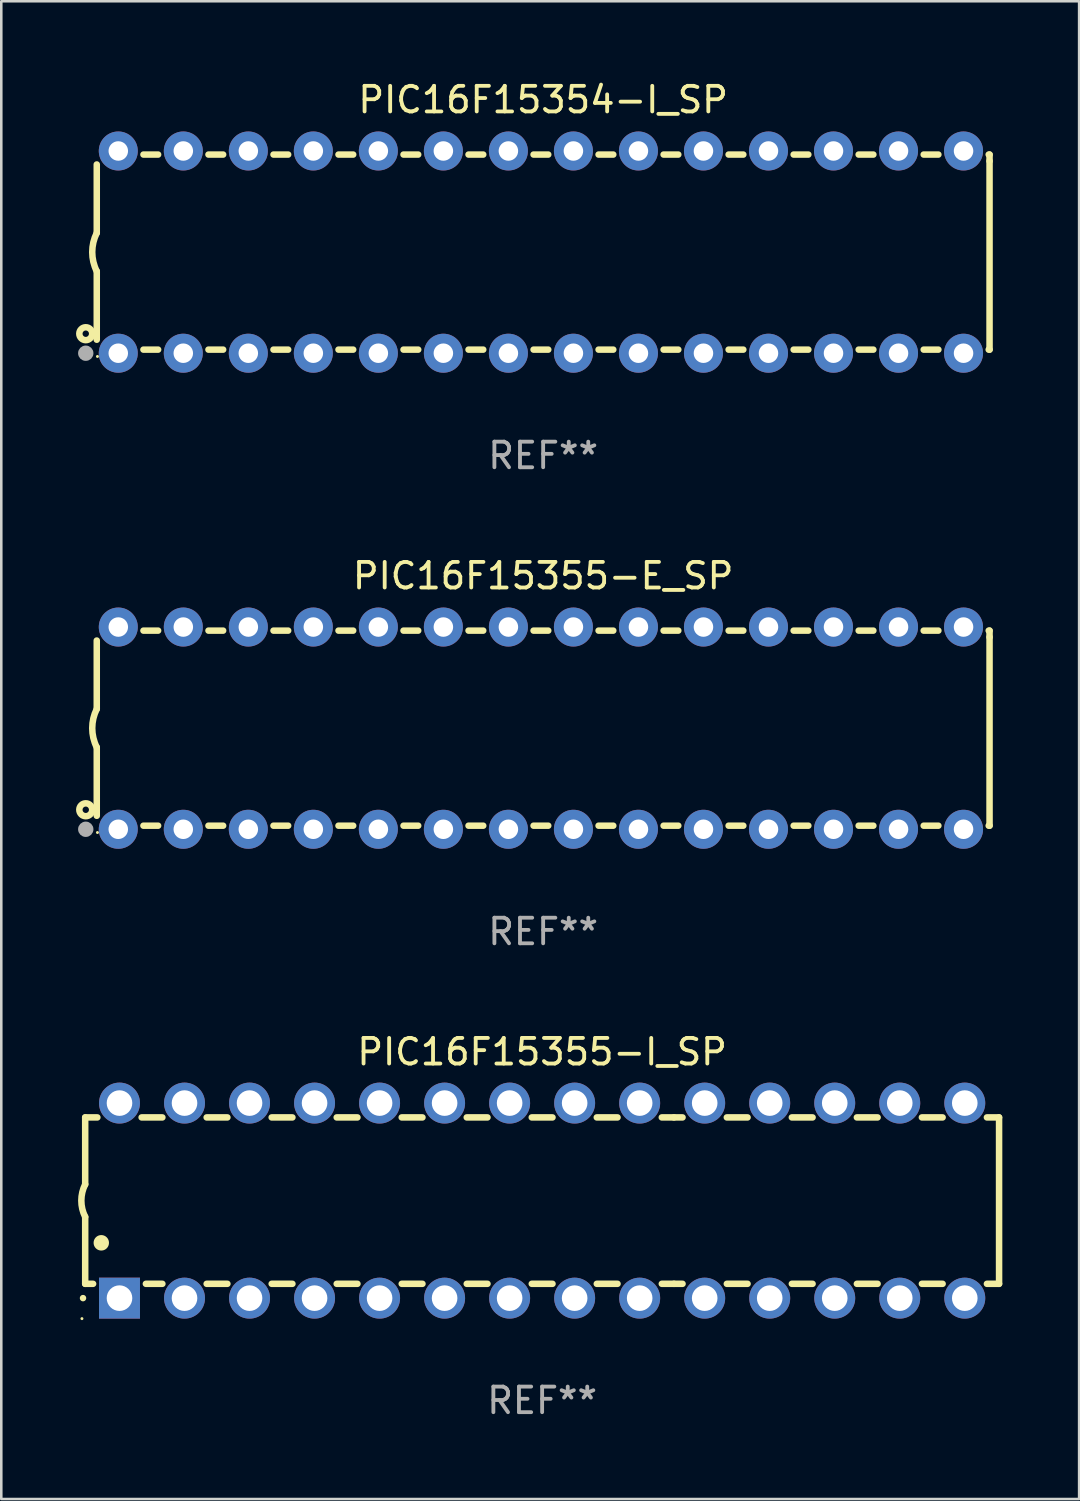
<source format=kicad_pcb>
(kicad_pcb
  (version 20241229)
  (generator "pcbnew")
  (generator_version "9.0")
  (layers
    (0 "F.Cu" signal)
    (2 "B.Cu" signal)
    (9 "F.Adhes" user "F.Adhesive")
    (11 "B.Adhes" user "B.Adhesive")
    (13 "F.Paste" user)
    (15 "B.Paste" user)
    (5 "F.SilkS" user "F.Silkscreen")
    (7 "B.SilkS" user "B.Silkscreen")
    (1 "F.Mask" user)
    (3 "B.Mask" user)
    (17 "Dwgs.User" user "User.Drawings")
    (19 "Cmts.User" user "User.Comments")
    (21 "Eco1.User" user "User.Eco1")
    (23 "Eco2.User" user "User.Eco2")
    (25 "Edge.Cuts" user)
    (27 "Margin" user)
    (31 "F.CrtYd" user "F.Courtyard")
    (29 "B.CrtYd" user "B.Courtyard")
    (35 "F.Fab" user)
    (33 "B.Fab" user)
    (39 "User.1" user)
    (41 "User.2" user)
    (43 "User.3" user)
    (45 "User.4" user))
  (footprint "PIC16F15354-I_SP"
    (layer "F.Cu")
    (at 18.168 6.798)
    (property "Reference" "PIC16F15354-I_SP" (at 0 -5.95 0) (layer "F.SilkS") (effects (font (size 1 1) (thickness 0.15))))
    (attr through_hole)
    (fp_line (start -17.438 0.75) (end -17.438 3.423) (stroke (width 0.254) (type solid)) (layer "F.SilkS"))
    (fp_line (start -17.438 -3.423) (end -17.438 -0.75) (stroke (width 0.254) (type solid)) (layer "F.SilkS"))
    (fp_line (start -15.615 3.81) (end -15.041 3.81) (stroke (width 0.254) (type solid)) (layer "F.SilkS"))
    (fp_line (start -15.041 -3.81) (end -15.614 -3.81) (stroke (width 0.254) (type solid)) (layer "F.SilkS"))
    (fp_line (start -13.075 3.81) (end -12.501 3.81) (stroke (width 0.254) (type solid)) (layer "F.SilkS"))
    (fp_line (start -12.501 -3.81) (end -13.074 -3.81) (stroke (width 0.254) (type solid)) (layer "F.SilkS"))
    (fp_line (start -10.535 3.81) (end -9.961 3.81) (stroke (width 0.254) (type solid)) (layer "F.SilkS"))
    (fp_line (start -9.961 -3.81) (end -10.534 -3.81) (stroke (width 0.254) (type solid)) (layer "F.SilkS"))
    (fp_line (start -7.995 3.81) (end -7.421 3.81) (stroke (width 0.254) (type solid)) (layer "F.SilkS"))
    (fp_line (start -7.421 -3.81) (end -7.995 -3.81) (stroke (width 0.254) (type solid)) (layer "F.SilkS"))
    (fp_line (start -5.455 3.81) (end -4.881 3.81) (stroke (width 0.254) (type solid)) (layer "F.SilkS"))
    (fp_line (start -4.881 -3.81) (end -5.455 -3.81) (stroke (width 0.254) (type solid)) (layer "F.SilkS"))
    (fp_line (start -2.915 3.81) (end -2.341 3.81) (stroke (width 0.254) (type solid)) (layer "F.SilkS"))
    (fp_line (start -2.341 -3.81) (end -2.915 -3.81) (stroke (width 0.254) (type solid)) (layer "F.SilkS"))
    (fp_line (start -0.375 3.81) (end 0.199 3.81) (stroke (width 0.254) (type solid)) (layer "F.SilkS"))
    (fp_line (start 0.199 -3.81) (end -0.375 -3.81) (stroke (width 0.254) (type solid)) (layer "F.SilkS"))
    (fp_line (start 2.165 3.81) (end 2.739 3.81) (stroke (width 0.254) (type solid)) (layer "F.SilkS"))
    (fp_line (start 2.739 -3.81) (end 2.165 -3.81) (stroke (width 0.254) (type solid)) (layer "F.SilkS"))
    (fp_line (start 4.705 3.81) (end 5.279 3.81) (stroke (width 0.254) (type solid)) (layer "F.SilkS"))
    (fp_line (start 5.279 -3.81) (end 4.705 -3.81) (stroke (width 0.254) (type solid)) (layer "F.SilkS"))
    (fp_line (start 7.245 3.81) (end 7.819 3.81) (stroke (width 0.254) (type solid)) (layer "F.SilkS"))
    (fp_line (start 7.819 -3.81) (end 7.245 -3.81) (stroke (width 0.254) (type solid)) (layer "F.SilkS"))
    (fp_line (start 9.785 3.81) (end 10.359 3.81) (stroke (width 0.254) (type solid)) (layer "F.SilkS"))
    (fp_line (start 10.359 -3.81) (end 9.785 -3.81) (stroke (width 0.254) (type solid)) (layer "F.SilkS"))
    (fp_line (start 12.325 3.81) (end 12.899 3.81) (stroke (width 0.254) (type solid)) (layer "F.SilkS"))
    (fp_line (start 12.899 -3.81) (end 12.325 -3.81) (stroke (width 0.254) (type solid)) (layer "F.SilkS"))
    (fp_line (start 14.865 3.81) (end 15.439 3.81) (stroke (width 0.254) (type solid)) (layer "F.SilkS"))
    (fp_line (start 15.439 -3.81) (end 14.865 -3.81) (stroke (width 0.254) (type solid)) (layer "F.SilkS"))
    (fp_line (start 17.405 3.81) (end 17.438 3.81) (stroke (width 0.254) (type solid)) (layer "F.SilkS"))
    (fp_line (start 17.438 -3.81) (end 17.405 -3.81) (stroke (width 0.254) (type solid)) (layer "F.SilkS"))
    (fp_line (start 17.438 -3.556) (end 17.438 -3.81) (stroke (width 0.254) (type solid)) (layer "F.SilkS"))
    (fp_line (start 17.438 3.81) (end 17.438 -3.556) (stroke (width 0.254) (type solid)) (layer "F.SilkS"))
    (fp_arc (start -17.437986 0.749657) (mid -17.614887 -0.000024) (end -17.437783 -0.749657) (stroke (width 0.254001) (type solid)) (layer "F.SilkS"))
    (fp_circle (center -17.868 3.188) (end -17.743 3.188) (stroke (width 0.254) (type solid)) (fill no) (layer "F.SilkS"))
    (fp_circle (center -17.411 4.077) (end -17.381 4.077) (stroke (width 0.06) (type solid)) (fill no) (layer "F.SilkS"))
    (fp_circle (center -17.868 3.95) (end -17.718 3.95) (stroke (width 0.3) (type solid)) (fill no) (layer "F.Fab"))
    (fp_text user "REF**" (at 0 7.95 0) (layer "F.Fab") (effects (font (size 1 1) (thickness 0.15))))
    (pad "1" thru_hole circle (at -16.598 3.95) (size 1.524 1.524) (drill 0.762) (layers "*.Cu" "*.Mask"))
    (pad "2" thru_hole circle (at -14.058 3.95) (size 1.524 1.524) (drill 0.762) (layers "*.Cu" "*.Mask"))
    (pad "3" thru_hole circle (at -11.518 3.95) (size 1.524 1.524) (drill 0.762) (layers "*.Cu" "*.Mask"))
    (pad "4" thru_hole circle (at -8.978 3.95) (size 1.524 1.524) (drill 0.762) (layers "*.Cu" "*.Mask"))
    (pad "5" thru_hole circle (at -6.438 3.95) (size 1.524 1.524) (drill 0.762) (layers "*.Cu" "*.Mask"))
    (pad "6" thru_hole circle (at -3.898 3.95) (size 1.524 1.524) (drill 0.762) (layers "*.Cu" "*.Mask"))
    (pad "7" thru_hole circle (at -1.358 3.95) (size 1.524 1.524) (drill 0.762) (layers "*.Cu" "*.Mask"))
    (pad "8" thru_hole circle (at 1.182 3.95) (size 1.524 1.524) (drill 0.762) (layers "*.Cu" "*.Mask"))
    (pad "9" thru_hole circle (at 3.722 3.95) (size 1.524 1.524) (drill 0.762) (layers "*.Cu" "*.Mask"))
    (pad "10" thru_hole circle (at 6.262 3.95) (size 1.524 1.524) (drill 0.762) (layers "*.Cu" "*.Mask"))
    (pad "11" thru_hole circle (at 8.802 3.95) (size 1.524 1.524) (drill 0.762) (layers "*.Cu" "*.Mask"))
    (pad "12" thru_hole circle (at 11.342 3.95) (size 1.524 1.524) (drill 0.762) (layers "*.Cu" "*.Mask"))
    (pad "13" thru_hole circle (at 13.882 3.95) (size 1.524 1.524) (drill 0.762) (layers "*.Cu" "*.Mask"))
    (pad "14" thru_hole circle (at 16.422 3.95) (size 1.524 1.524) (drill 0.762) (layers "*.Cu" "*.Mask"))
    (pad "15" thru_hole circle (at 16.422 -3.95) (size 1.524 1.524) (drill 0.762) (layers "*.Cu" "*.Mask"))
    (pad "16" thru_hole circle (at 13.882 -3.95) (size 1.524 1.524) (drill 0.762) (layers "*.Cu" "*.Mask"))
    (pad "17" thru_hole circle (at 11.342 -3.95) (size 1.524 1.524) (drill 0.762) (layers "*.Cu" "*.Mask"))
    (pad "18" thru_hole circle (at 8.802 -3.95) (size 1.524 1.524) (drill 0.762) (layers "*.Cu" "*.Mask"))
    (pad "19" thru_hole circle (at 6.262 -3.95) (size 1.524 1.524) (drill 0.762) (layers "*.Cu" "*.Mask"))
    (pad "20" thru_hole circle (at 3.722 -3.95) (size 1.524 1.524) (drill 0.762) (layers "*.Cu" "*.Mask"))
    (pad "21" thru_hole circle (at 1.182 -3.95) (size 1.524 1.524) (drill 0.762) (layers "*.Cu" "*.Mask"))
    (pad "22" thru_hole circle (at -1.358 -3.95) (size 1.524 1.524) (drill 0.762) (layers "*.Cu" "*.Mask"))
    (pad "23" thru_hole circle (at -3.898 -3.95) (size 1.524 1.524) (drill 0.762) (layers "*.Cu" "*.Mask"))
    (pad "24" thru_hole circle (at -6.438 -3.95) (size 1.524 1.524) (drill 0.762) (layers "*.Cu" "*.Mask"))
    (pad "25" thru_hole circle (at -8.978 -3.95) (size 1.524 1.524) (drill 0.762) (layers "*.Cu" "*.Mask"))
    (pad "26" thru_hole circle (at -11.517 -3.95) (size 1.524 1.524) (drill 0.762) (layers "*.Cu" "*.Mask"))
    (pad "27" thru_hole circle (at -14.057 -3.95) (size 1.524 1.524) (drill 0.762) (layers "*.Cu" "*.Mask"))
    (pad "28" thru_hole circle (at -16.597 -3.95) (size 1.524 1.524) (drill 0.762) (layers "*.Cu" "*.Mask")))
  (footprint "PIC16F15355-E_SP"
    (layer "F.Cu")
    (at 18.168 25.395)
    (property "Reference" "PIC16F15355-E_SP" (at 0 -5.95 0) (layer "F.SilkS") (effects (font (size 1 1) (thickness 0.15))))
    (attr through_hole)
    (fp_line (start -17.438 0.75) (end -17.438 3.423) (stroke (width 0.254) (type solid)) (layer "F.SilkS"))
    (fp_line (start -17.438 -3.423) (end -17.438 -0.75) (stroke (width 0.254) (type solid)) (layer "F.SilkS"))
    (fp_line (start -15.615 3.81) (end -15.041 3.81) (stroke (width 0.254) (type solid)) (layer "F.SilkS"))
    (fp_line (start -15.041 -3.81) (end -15.614 -3.81) (stroke (width 0.254) (type solid)) (layer "F.SilkS"))
    (fp_line (start -13.075 3.81) (end -12.501 3.81) (stroke (width 0.254) (type solid)) (layer "F.SilkS"))
    (fp_line (start -12.501 -3.81) (end -13.074 -3.81) (stroke (width 0.254) (type solid)) (layer "F.SilkS"))
    (fp_line (start -10.535 3.81) (end -9.961 3.81) (stroke (width 0.254) (type solid)) (layer "F.SilkS"))
    (fp_line (start -9.961 -3.81) (end -10.534 -3.81) (stroke (width 0.254) (type solid)) (layer "F.SilkS"))
    (fp_line (start -7.995 3.81) (end -7.421 3.81) (stroke (width 0.254) (type solid)) (layer "F.SilkS"))
    (fp_line (start -7.421 -3.81) (end -7.995 -3.81) (stroke (width 0.254) (type solid)) (layer "F.SilkS"))
    (fp_line (start -5.455 3.81) (end -4.881 3.81) (stroke (width 0.254) (type solid)) (layer "F.SilkS"))
    (fp_line (start -4.881 -3.81) (end -5.455 -3.81) (stroke (width 0.254) (type solid)) (layer "F.SilkS"))
    (fp_line (start -2.915 3.81) (end -2.341 3.81) (stroke (width 0.254) (type solid)) (layer "F.SilkS"))
    (fp_line (start -2.341 -3.81) (end -2.915 -3.81) (stroke (width 0.254) (type solid)) (layer "F.SilkS"))
    (fp_line (start -0.375 3.81) (end 0.199 3.81) (stroke (width 0.254) (type solid)) (layer "F.SilkS"))
    (fp_line (start 0.199 -3.81) (end -0.375 -3.81) (stroke (width 0.254) (type solid)) (layer "F.SilkS"))
    (fp_line (start 2.165 3.81) (end 2.739 3.81) (stroke (width 0.254) (type solid)) (layer "F.SilkS"))
    (fp_line (start 2.739 -3.81) (end 2.165 -3.81) (stroke (width 0.254) (type solid)) (layer "F.SilkS"))
    (fp_line (start 4.705 3.81) (end 5.279 3.81) (stroke (width 0.254) (type solid)) (layer "F.SilkS"))
    (fp_line (start 5.279 -3.81) (end 4.705 -3.81) (stroke (width 0.254) (type solid)) (layer "F.SilkS"))
    (fp_line (start 7.245 3.81) (end 7.819 3.81) (stroke (width 0.254) (type solid)) (layer "F.SilkS"))
    (fp_line (start 7.819 -3.81) (end 7.245 -3.81) (stroke (width 0.254) (type solid)) (layer "F.SilkS"))
    (fp_line (start 9.785 3.81) (end 10.359 3.81) (stroke (width 0.254) (type solid)) (layer "F.SilkS"))
    (fp_line (start 10.359 -3.81) (end 9.785 -3.81) (stroke (width 0.254) (type solid)) (layer "F.SilkS"))
    (fp_line (start 12.325 3.81) (end 12.899 3.81) (stroke (width 0.254) (type solid)) (layer "F.SilkS"))
    (fp_line (start 12.899 -3.81) (end 12.325 -3.81) (stroke (width 0.254) (type solid)) (layer "F.SilkS"))
    (fp_line (start 14.865 3.81) (end 15.439 3.81) (stroke (width 0.254) (type solid)) (layer "F.SilkS"))
    (fp_line (start 15.439 -3.81) (end 14.865 -3.81) (stroke (width 0.254) (type solid)) (layer "F.SilkS"))
    (fp_line (start 17.405 3.81) (end 17.438 3.81) (stroke (width 0.254) (type solid)) (layer "F.SilkS"))
    (fp_line (start 17.438 -3.81) (end 17.405 -3.81) (stroke (width 0.254) (type solid)) (layer "F.SilkS"))
    (fp_line (start 17.438 -3.556) (end 17.438 -3.81) (stroke (width 0.254) (type solid)) (layer "F.SilkS"))
    (fp_line (start 17.438 3.81) (end 17.438 -3.556) (stroke (width 0.254) (type solid)) (layer "F.SilkS"))
    (fp_arc (start -17.437986 0.749657) (mid -17.614887 -0.000024) (end -17.437783 -0.749657) (stroke (width 0.254001) (type solid)) (layer "F.SilkS"))
    (fp_circle (center -17.868 3.188) (end -17.743 3.188) (stroke (width 0.254) (type solid)) (fill no) (layer "F.SilkS"))
    (fp_circle (center -17.411 4.077) (end -17.381 4.077) (stroke (width 0.06) (type solid)) (fill no) (layer "F.SilkS"))
    (fp_circle (center -17.868 3.95) (end -17.718 3.95) (stroke (width 0.3) (type solid)) (fill no) (layer "F.Fab"))
    (fp_text user "REF**" (at 0 7.95 0) (layer "F.Fab") (effects (font (size 1 1) (thickness 0.15))))
    (pad "1" thru_hole circle (at -16.598 3.95) (size 1.524 1.524) (drill 0.762) (layers "*.Cu" "*.Mask"))
    (pad "2" thru_hole circle (at -14.058 3.95) (size 1.524 1.524) (drill 0.762) (layers "*.Cu" "*.Mask"))
    (pad "3" thru_hole circle (at -11.518 3.95) (size 1.524 1.524) (drill 0.762) (layers "*.Cu" "*.Mask"))
    (pad "4" thru_hole circle (at -8.978 3.95) (size 1.524 1.524) (drill 0.762) (layers "*.Cu" "*.Mask"))
    (pad "5" thru_hole circle (at -6.438 3.95) (size 1.524 1.524) (drill 0.762) (layers "*.Cu" "*.Mask"))
    (pad "6" thru_hole circle (at -3.898 3.95) (size 1.524 1.524) (drill 0.762) (layers "*.Cu" "*.Mask"))
    (pad "7" thru_hole circle (at -1.358 3.95) (size 1.524 1.524) (drill 0.762) (layers "*.Cu" "*.Mask"))
    (pad "8" thru_hole circle (at 1.182 3.95) (size 1.524 1.524) (drill 0.762) (layers "*.Cu" "*.Mask"))
    (pad "9" thru_hole circle (at 3.722 3.95) (size 1.524 1.524) (drill 0.762) (layers "*.Cu" "*.Mask"))
    (pad "10" thru_hole circle (at 6.262 3.95) (size 1.524 1.524) (drill 0.762) (layers "*.Cu" "*.Mask"))
    (pad "11" thru_hole circle (at 8.802 3.95) (size 1.524 1.524) (drill 0.762) (layers "*.Cu" "*.Mask"))
    (pad "12" thru_hole circle (at 11.342 3.95) (size 1.524 1.524) (drill 0.762) (layers "*.Cu" "*.Mask"))
    (pad "13" thru_hole circle (at 13.882 3.95) (size 1.524 1.524) (drill 0.762) (layers "*.Cu" "*.Mask"))
    (pad "14" thru_hole circle (at 16.422 3.95) (size 1.524 1.524) (drill 0.762) (layers "*.Cu" "*.Mask"))
    (pad "15" thru_hole circle (at 16.422 -3.95) (size 1.524 1.524) (drill 0.762) (layers "*.Cu" "*.Mask"))
    (pad "16" thru_hole circle (at 13.882 -3.95) (size 1.524 1.524) (drill 0.762) (layers "*.Cu" "*.Mask"))
    (pad "17" thru_hole circle (at 11.342 -3.95) (size 1.524 1.524) (drill 0.762) (layers "*.Cu" "*.Mask"))
    (pad "18" thru_hole circle (at 8.802 -3.95) (size 1.524 1.524) (drill 0.762) (layers "*.Cu" "*.Mask"))
    (pad "19" thru_hole circle (at 6.262 -3.95) (size 1.524 1.524) (drill 0.762) (layers "*.Cu" "*.Mask"))
    (pad "20" thru_hole circle (at 3.722 -3.95) (size 1.524 1.524) (drill 0.762) (layers "*.Cu" "*.Mask"))
    (pad "21" thru_hole circle (at 1.182 -3.95) (size 1.524 1.524) (drill 0.762) (layers "*.Cu" "*.Mask"))
    (pad "22" thru_hole circle (at -1.358 -3.95) (size 1.524 1.524) (drill 0.762) (layers "*.Cu" "*.Mask"))
    (pad "23" thru_hole circle (at -3.898 -3.95) (size 1.524 1.524) (drill 0.762) (layers "*.Cu" "*.Mask"))
    (pad "24" thru_hole circle (at -6.438 -3.95) (size 1.524 1.524) (drill 0.762) (layers "*.Cu" "*.Mask"))
    (pad "25" thru_hole circle (at -8.978 -3.95) (size 1.524 1.524) (drill 0.762) (layers "*.Cu" "*.Mask"))
    (pad "26" thru_hole circle (at -11.517 -3.95) (size 1.524 1.524) (drill 0.762) (layers "*.Cu" "*.Mask"))
    (pad "27" thru_hole circle (at -14.057 -3.95) (size 1.524 1.524) (drill 0.762) (layers "*.Cu" "*.Mask"))
    (pad "28" thru_hole circle (at -16.597 -3.95) (size 1.524 1.524) (drill 0.762) (layers "*.Cu" "*.Mask")))
  (footprint "PIC16F15355-I_SP"
    (layer "F.Cu")
    (at 18.128 43.851)
    (property "Reference" "PIC16F15355-I_SP" (at 0 -5.81 0) (layer "F.SilkS") (effects (font (size 1 1) (thickness 0.15))))
    (attr through_hole)
    (fp_line (start -17.85 -3.25) (end -17.85 -0.635) (stroke (width 0.254) (type solid)) (layer "F.SilkS"))
    (fp_line (start -17.85 3.25) (end -17.85 0.635) (stroke (width 0.254) (type solid)) (layer "F.SilkS"))
    (fp_line (start -17.85 3.25) (end -17.541 3.25) (stroke (width 0.254) (type solid)) (layer "F.SilkS"))
    (fp_line (start -17.375 -3.25) (end -17.85 -3.25) (stroke (width 0.254) (type solid)) (layer "F.SilkS"))
    (fp_line (start -15.479 3.25) (end -14.835 3.25) (stroke (width 0.254) (type solid)) (layer "F.SilkS"))
    (fp_line (start -14.835 -3.25) (end -15.645 -3.25) (stroke (width 0.254) (type solid)) (layer "F.SilkS"))
    (fp_line (start -13.105 3.25) (end -12.295 3.25) (stroke (width 0.254) (type solid)) (layer "F.SilkS"))
    (fp_line (start -12.295 -3.25) (end -13.105 -3.25) (stroke (width 0.254) (type solid)) (layer "F.SilkS"))
    (fp_line (start -10.565 3.25) (end -9.755 3.25) (stroke (width 0.254) (type solid)) (layer "F.SilkS"))
    (fp_line (start -9.755 -3.25) (end -10.565 -3.25) (stroke (width 0.254) (type solid)) (layer "F.SilkS"))
    (fp_line (start -8.025 3.25) (end -7.215 3.25) (stroke (width 0.254) (type solid)) (layer "F.SilkS"))
    (fp_line (start -7.215 -3.25) (end -8.025 -3.25) (stroke (width 0.254) (type solid)) (layer "F.SilkS"))
    (fp_line (start -5.485 3.25) (end -4.675 3.25) (stroke (width 0.254) (type solid)) (layer "F.SilkS"))
    (fp_line (start -4.675 -3.25) (end -5.485 -3.25) (stroke (width 0.254) (type solid)) (layer "F.SilkS"))
    (fp_line (start -2.945 3.25) (end -2.135 3.25) (stroke (width 0.254) (type solid)) (layer "F.SilkS"))
    (fp_line (start -2.135 -3.25) (end -2.945 -3.25) (stroke (width 0.254) (type solid)) (layer "F.SilkS"))
    (fp_line (start -0.405 3.25) (end 0.405 3.25) (stroke (width 0.254) (type solid)) (layer "F.SilkS"))
    (fp_line (start 0.405 -3.25) (end -0.405 -3.25) (stroke (width 0.254) (type solid)) (layer "F.SilkS"))
    (fp_line (start 2.135 3.25) (end 2.945 3.25) (stroke (width 0.254) (type solid)) (layer "F.SilkS"))
    (fp_line (start 2.945 -3.25) (end 2.135 -3.25) (stroke (width 0.254) (type solid)) (layer "F.SilkS"))
    (fp_line (start 4.675 3.25) (end 5.15 3.25) (stroke (width 0.254) (type solid)) (layer "F.SilkS"))
    (fp_line (start 5.15 -3.25) (end 4.675 -3.25) (stroke (width 0.254) (type solid)) (layer "F.SilkS"))
    (fp_line (start 5.15 -3.25) (end 5.485 -3.25) (stroke (width 0.254) (type solid)) (layer "F.SilkS"))
    (fp_line (start 5.15 3.25) (end 5.485 3.25) (stroke (width 0.254) (type solid)) (layer "F.SilkS"))
    (fp_line (start 7.215 -3.25) (end 8.025 -3.25) (stroke (width 0.254) (type solid)) (layer "F.SilkS"))
    (fp_line (start 7.215 3.25) (end 8.025 3.25) (stroke (width 0.254) (type solid)) (layer "F.SilkS"))
    (fp_line (start 9.755 -3.25) (end 10.565 -3.25) (stroke (width 0.254) (type solid)) (layer "F.SilkS"))
    (fp_line (start 9.755 3.25) (end 10.565 3.25) (stroke (width 0.254) (type solid)) (layer "F.SilkS"))
    (fp_line (start 12.295 -3.25) (end 13.105 -3.25) (stroke (width 0.254) (type solid)) (layer "F.SilkS"))
    (fp_line (start 12.295 3.25) (end 13.105 3.25) (stroke (width 0.254) (type solid)) (layer "F.SilkS"))
    (fp_line (start 14.835 -3.25) (end 15.645 -3.25) (stroke (width 0.254) (type solid)) (layer "F.SilkS"))
    (fp_line (start 14.835 3.25) (end 15.645 3.25) (stroke (width 0.254) (type solid)) (layer "F.SilkS"))
    (fp_line (start 17.375 -3.25) (end 17.85 -3.25) (stroke (width 0.254) (type solid)) (layer "F.SilkS"))
    (fp_line (start 17.375 3.25) (end 17.85 3.25) (stroke (width 0.254) (type solid)) (layer "F.SilkS"))
    (fp_line (start 17.85 -3.25) (end 17.85 3.25) (stroke (width 0.254) (type solid)) (layer "F.SilkS"))
    (fp_arc (start -17.934976 3.810008) (mid -17.934983 3.808738) (end -17.934976 3.807468) (stroke (width 0.25) (type solid)) (layer "F.SilkS"))
    (fp_arc (start -17.851155 0.635002) (mid -18.000677 -0.000132) (end -17.850038 -0.635001) (stroke (width 0.254001) (type solid)) (layer "F.SilkS"))
    (fp_arc (start -17.221234 1.651003) (mid -17.221245 1.648463) (end -17.221234 1.645923) (stroke (width 0.6) (type solid)) (layer "F.SilkS"))
    (fp_circle (center -17.977 4.61) (end -17.947 4.61) (stroke (width 0.06) (type solid)) (fill no) (layer "F.SilkS"))
    (fp_text user "REF**" (at 0 7.81 0) (layer "F.Fab") (effects (font (size 1 1) (thickness 0.15))))
    (pad "1" thru_hole rect (at -16.51 3.81 90) (size 1.6 1.6) (drill 1) (layers "*.Cu" "*.Mask"))
    (pad "2" thru_hole circle (at -13.97 3.81 90) (size 1.6 1.6) (drill 1) (layers "*.Cu" "*.Mask"))
    (pad "3" thru_hole circle (at -11.43 3.81 90) (size 1.6 1.6) (drill 1) (layers "*.Cu" "*.Mask"))
    (pad "4" thru_hole circle (at -8.89 3.81 90) (size 1.6 1.6) (drill 1) (layers "*.Cu" "*.Mask"))
    (pad "5" thru_hole circle (at -6.35 3.81 90) (size 1.6 1.6) (drill 1) (layers "*.Cu" "*.Mask"))
    (pad "6" thru_hole circle (at -3.81 3.81 90) (size 1.6 1.6) (drill 1) (layers "*.Cu" "*.Mask"))
    (pad "7" thru_hole circle (at -1.27 3.81 90) (size 1.6 1.6) (drill 1) (layers "*.Cu" "*.Mask"))
    (pad "8" thru_hole circle (at 1.27 3.81 90) (size 1.6 1.6) (drill 1) (layers "*.Cu" "*.Mask"))
    (pad "9" thru_hole circle (at 3.81 3.81 90) (size 1.6 1.6) (drill 1) (layers "*.Cu" "*.Mask"))
    (pad "10" thru_hole circle (at 6.35 3.81 90) (size 1.6 1.6) (drill 1) (layers "*.Cu" "*.Mask"))
    (pad "11" thru_hole circle (at 8.89 3.81 90) (size 1.6 1.6) (drill 1) (layers "*.Cu" "*.Mask"))
    (pad "12" thru_hole circle (at 11.43 3.81 90) (size 1.6 1.6) (drill 1) (layers "*.Cu" "*.Mask"))
    (pad "13" thru_hole circle (at 13.97 3.81 90) (size 1.6 1.6) (drill 1) (layers "*.Cu" "*.Mask"))
    (pad "14" thru_hole circle (at 16.51 3.81 90) (size 1.6 1.6) (drill 1) (layers "*.Cu" "*.Mask"))
    (pad "15" thru_hole circle (at 16.51 -3.81 90) (size 1.6 1.6) (drill 1) (layers "*.Cu" "*.Mask"))
    (pad "16" thru_hole circle (at 13.97 -3.81 90) (size 1.6 1.6) (drill 1) (layers "*.Cu" "*.Mask"))
    (pad "17" thru_hole circle (at 11.43 -3.81 90) (size 1.6 1.6) (drill 1) (layers "*.Cu" "*.Mask"))
    (pad "18" thru_hole circle (at 8.89 -3.81 90) (size 1.6 1.6) (drill 1) (layers "*.Cu" "*.Mask"))
    (pad "19" thru_hole circle (at 6.35 -3.81 90) (size 1.6 1.6) (drill 1) (layers "*.Cu" "*.Mask"))
    (pad "20" thru_hole circle (at 3.81 -3.81 90) (size 1.6 1.6) (drill 1) (layers "*.Cu" "*.Mask"))
    (pad "21" thru_hole circle (at 1.27 -3.81 90) (size 1.6 1.6) (drill 1) (layers "*.Cu" "*.Mask"))
    (pad "22" thru_hole circle (at -1.27 -3.81 90) (size 1.6 1.6) (drill 1) (layers "*.Cu" "*.Mask"))
    (pad "23" thru_hole circle (at -3.81 -3.81 90) (size 1.6 1.6) (drill 1) (layers "*.Cu" "*.Mask"))
    (pad "24" thru_hole circle (at -6.35 -3.81 90) (size 1.6 1.6) (drill 1) (layers "*.Cu" "*.Mask"))
    (pad "25" thru_hole circle (at -8.89 -3.81 90) (size 1.6 1.6) (drill 1) (layers "*.Cu" "*.Mask"))
    (pad "26" thru_hole circle (at -11.43 -3.81 90) (size 1.6 1.6) (drill 1) (layers "*.Cu" "*.Mask"))
    (pad "27" thru_hole circle (at -13.97 -3.81 90) (size 1.6 1.6) (drill 1) (layers "*.Cu" "*.Mask"))
    (pad "28" thru_hole circle (at -16.51 -3.81 90) (size 1.6 1.6) (drill 1) (layers "*.Cu" "*.Mask")))
  (gr_rect
    (start -3 -3)
    (end 39.105 55.509)
    (stroke (width 0.1) (type default))
    (fill no)
    (layer "Edge.Cuts")))
</source>
